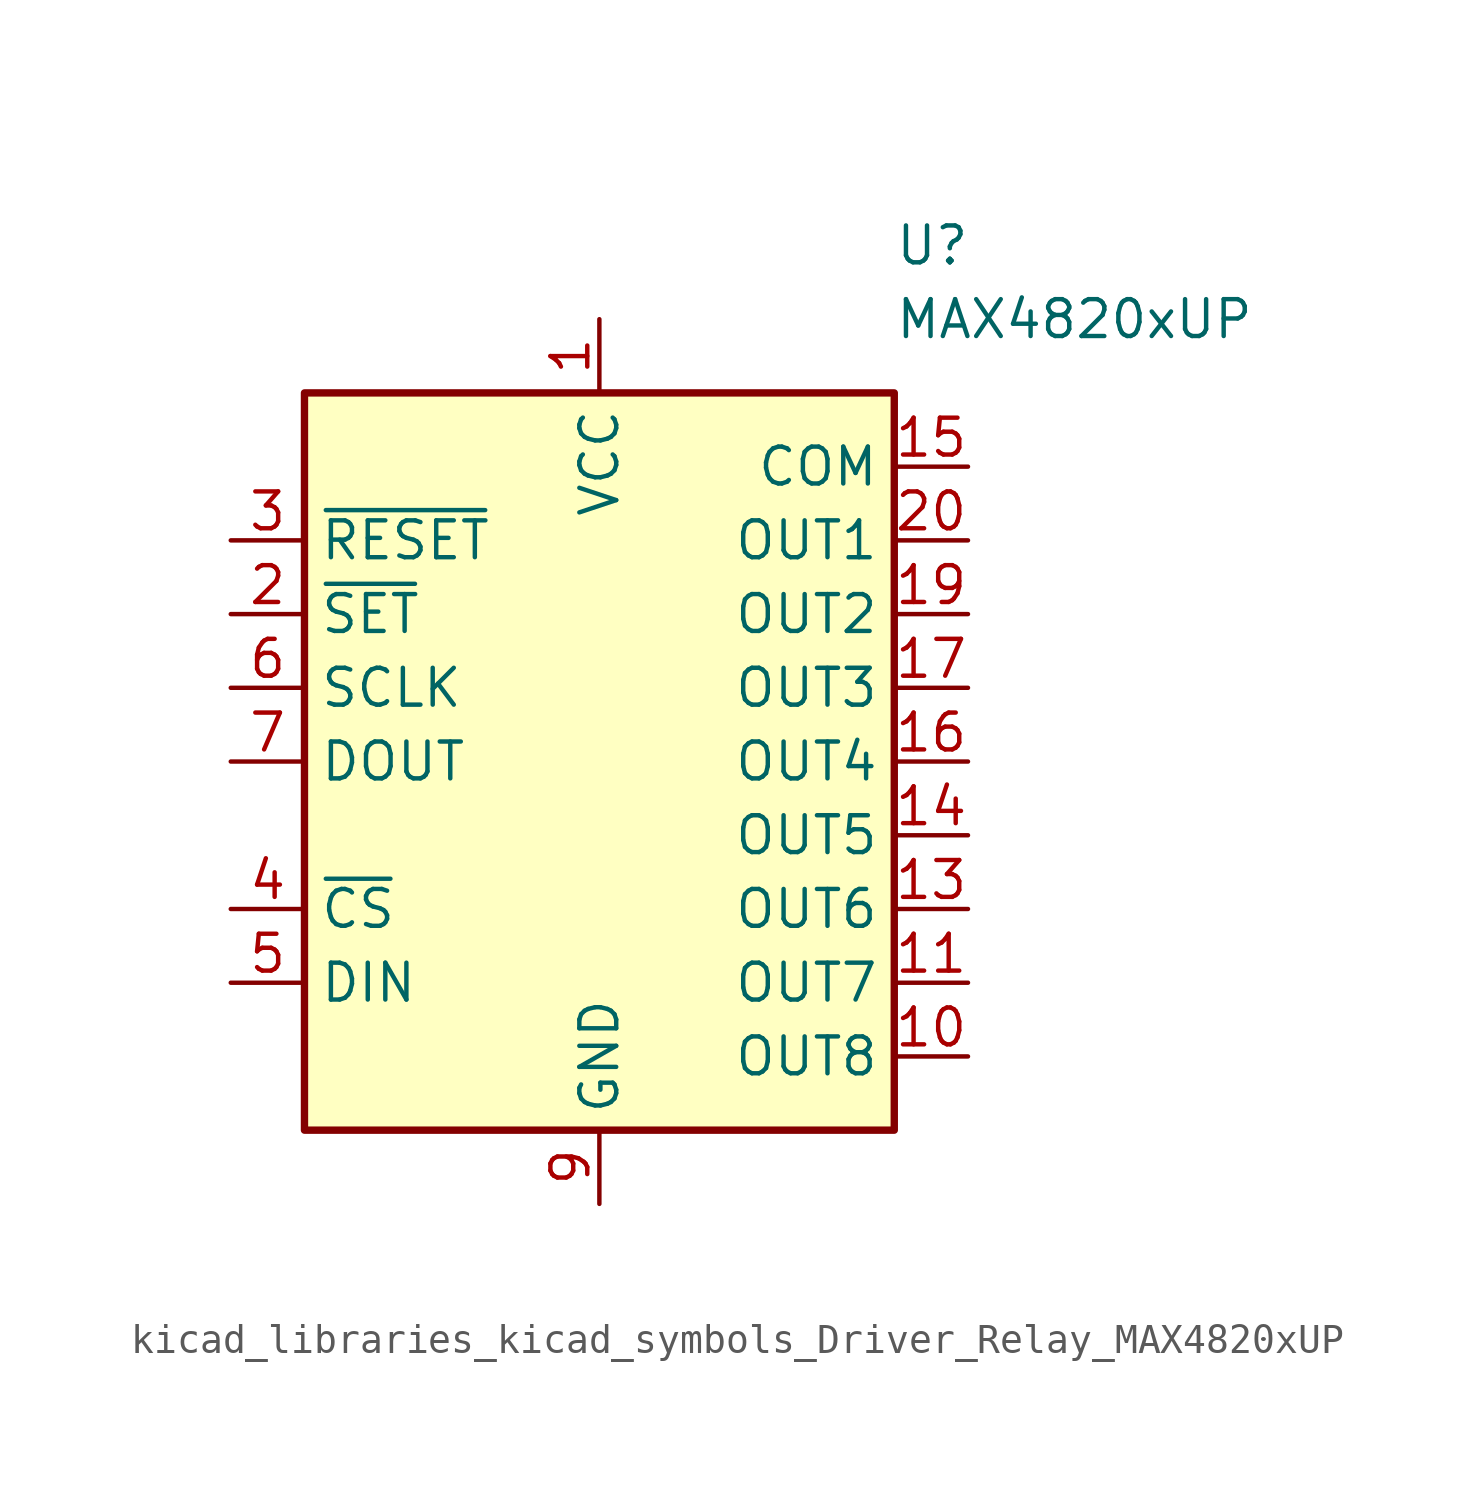
<source format=kicad_sym>
(kicad_symbol_lib
  (version 20220914)
  (generator kicad_symbol_editor)
  (symbol "kicad_libraries_kicad_symbols_Driver_Relay_MAX4820xUP"
    (property "Reference" "U"
      (at 10.16 17.78 0)
      (effects (font (size 1.27 1.27)) (justify left)))
    (property "Value" "MAX4820xUP"
      (at 10.16 15.24 0)
      (effects (font (size 1.27 1.27)) (justify left)))
    (symbol "kicad_libraries_kicad_symbols_Driver_Relay_MAX4820xUP_0_0"
      (pin open_collector line (at 12.7 2.54 180) (length 2.54) (name "OUT3" (effects (font (size 1.27 1.27)))) (number "17" (effects (font (size 1.27 1.27)))))
      (pin passive line (at 0 -15.24 90) (length 2.54) hide (name "GND" (effects (font (size 1.27 1.27)))) (number "18" (effects (font (size 1.27 1.27)))))
      (pin open_collector line (at 12.7 5.08 180) (length 2.54) (name "OUT2" (effects (font (size 1.27 1.27)))) (number "19" (effects (font (size 1.27 1.27)))))
      (pin open_collector line (at 12.7 7.62 180) (length 2.54) (name "OUT1" (effects (font (size 1.27 1.27)))) (number "20" (effects (font (size 1.27 1.27)))))
      (pin passive line (at 0 -15.24 90) (length 2.54) hide (name "GND" (effects (font (size 1.27 1.27)))) (number "21" (effects (font (size 1.27 1.27)))))
      (pin power_in line (at 0 -15.24 90) (length 2.54) (name "GND" (effects (font (size 1.27 1.27)))) (number "9" (effects (font (size 1.27 1.27))))))
    (symbol "kicad_libraries_kicad_symbols_Driver_Relay_MAX4820xUP_0_1"
      (rectangle (start -10.16 12.7) (end 10.16 -12.7) (stroke (width 0.254) (type default)) (fill (type background))))
    (symbol "kicad_libraries_kicad_symbols_Driver_Relay_MAX4820xUP_1_1"
      (pin power_in line (at 0 15.24 270) (length 2.54) (name "VCC" (effects (font (size 1.27 1.27)))) (number "1" (effects (font (size 1.27 1.27)))))
      (pin open_collector line (at 12.7 -10.16 180) (length 2.54) (name "OUT8" (effects (font (size 1.27 1.27)))) (number "10" (effects (font (size 1.27 1.27)))))
      (pin open_collector line (at 12.7 -7.62 180) (length 2.54) (name "OUT7" (effects (font (size 1.27 1.27)))) (number "11" (effects (font (size 1.27 1.27)))))
      (pin passive line (at 0 -15.24 90) (length 2.54) hide (name "GND" (effects (font (size 1.27 1.27)))) (number "12" (effects (font (size 1.27 1.27)))))
      (pin open_collector line (at 12.7 -5.08 180) (length 2.54) (name "OUT6" (effects (font (size 1.27 1.27)))) (number "13" (effects (font (size 1.27 1.27)))))
      (pin open_collector line (at 12.7 -2.54 180) (length 2.54) (name "OUT5" (effects (font (size 1.27 1.27)))) (number "14" (effects (font (size 1.27 1.27)))))
      (pin passive line (at 12.7 10.16 180) (length 2.54) (name "COM" (effects (font (size 1.27 1.27)))) (number "15" (effects (font (size 1.27 1.27)))))
      (pin open_collector line (at 12.7 0 180) (length 2.54) (name "OUT4" (effects (font (size 1.27 1.27)))) (number "16" (effects (font (size 1.27 1.27)))))
      (pin input line (at -12.7 5.08 0) (length 2.54) (name "~{SET}" (effects (font (size 1.27 1.27)))) (number "2" (effects (font (size 1.27 1.27)))))
      (pin input line (at -12.7 7.62 0) (length 2.54) (name "~{RESET}" (effects (font (size 1.27 1.27)))) (number "3" (effects (font (size 1.27 1.27)))))
      (pin input line (at -12.7 -5.08 0) (length 2.54) (name "~{CS}" (effects (font (size 1.27 1.27)))) (number "4" (effects (font (size 1.27 1.27)))))
      (pin input line (at -12.7 -7.62 0) (length 2.54) (name "DIN" (effects (font (size 1.27 1.27)))) (number "5" (effects (font (size 1.27 1.27)))))
      (pin input line (at -12.7 2.54 0) (length 2.54) (name "SCLK" (effects (font (size 1.27 1.27)))) (number "6" (effects (font (size 1.27 1.27)))))
      (pin output line (at -12.7 0 0) (length 2.54) (name "DOUT" (effects (font (size 1.27 1.27)))) (number "7" (effects (font (size 1.27 1.27)))))
      (pin no_connect line (at -10.16 -2.54 0) (length 2.54) hide (name "NC" (effects (font (size 1.27 1.27)))) (number "8" (effects (font (size 1.27 1.27))))))))
</source>
